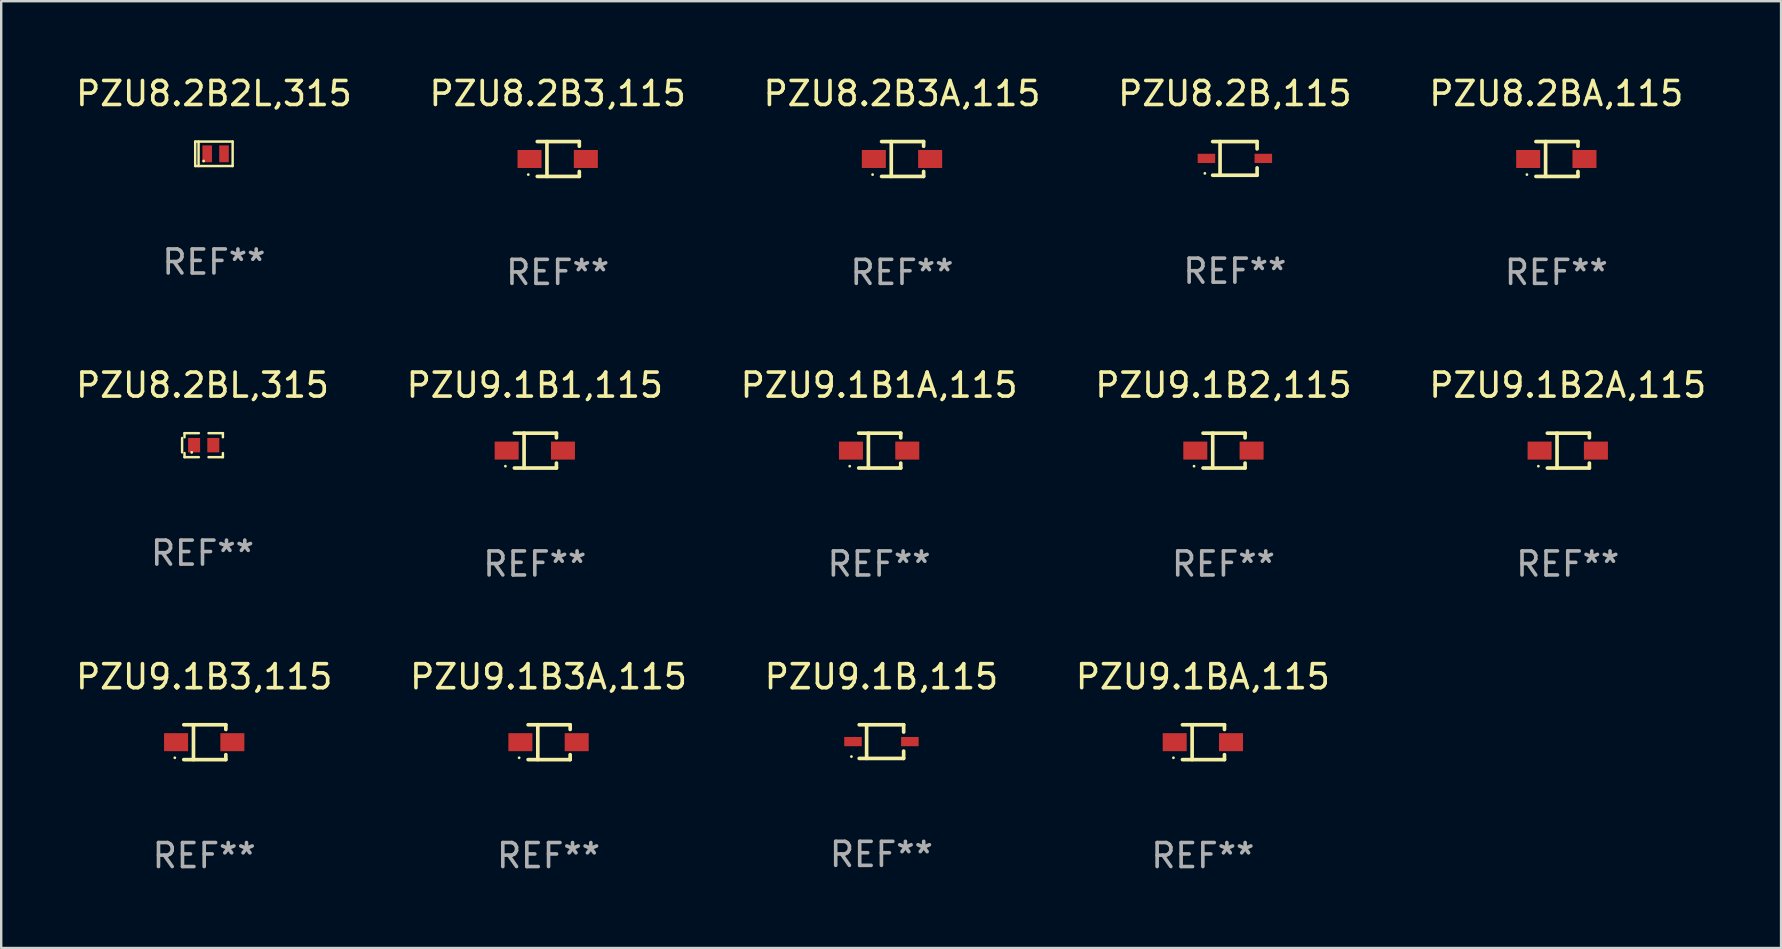
<source format=kicad_pcb>
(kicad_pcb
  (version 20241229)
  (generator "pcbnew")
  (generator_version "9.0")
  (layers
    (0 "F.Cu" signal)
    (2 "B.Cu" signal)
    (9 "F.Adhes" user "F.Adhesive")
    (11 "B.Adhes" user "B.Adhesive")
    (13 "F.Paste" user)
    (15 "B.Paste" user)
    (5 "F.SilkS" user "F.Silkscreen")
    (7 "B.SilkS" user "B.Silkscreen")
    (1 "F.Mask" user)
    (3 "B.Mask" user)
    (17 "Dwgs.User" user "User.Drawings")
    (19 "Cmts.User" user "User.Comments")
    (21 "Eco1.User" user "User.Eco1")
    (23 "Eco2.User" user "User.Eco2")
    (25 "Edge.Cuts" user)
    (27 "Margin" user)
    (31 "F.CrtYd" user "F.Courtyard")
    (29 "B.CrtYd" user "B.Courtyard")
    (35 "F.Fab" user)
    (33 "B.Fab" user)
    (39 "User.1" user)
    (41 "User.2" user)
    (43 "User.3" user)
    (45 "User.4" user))
  (footprint "PZU9.1B2,115"
    (layer "F.Cu")
    (at 47.923 15.723)
    (property "Reference" "PZU9.1B2,115" (at 0 -2.726 0) (layer "F.SilkS") (effects (font (size 1 1) (thickness 0.15))))
    (attr through_hole)
    (fp_line (start -0.851 -0.726) (end 0.901 -0.726) (stroke (width 0.152) (type solid)) (layer "F.SilkS"))
    (fp_line (start -0.851 0.726) (end 0.901 0.726) (stroke (width 0.152) (type solid)) (layer "F.SilkS"))
    (fp_line (start -0.447 -0.726) (end -0.447 0.726) (stroke (width 0.152) (type solid)) (layer "F.SilkS"))
    (fp_line (start 0.901 -0.726) (end 0.901 -0.53) (stroke (width 0.152) (type solid)) (layer "F.SilkS"))
    (fp_line (start 0.901 0.726) (end 0.901 0.52) (stroke (width 0.152) (type solid)) (layer "F.SilkS"))
    (fp_circle (center -1.225 0.65) (end -1.195 0.65) (stroke (width 0.06) (type solid)) (fill no) (layer "F.SilkS"))
    (fp_text user "REF**" (at 0 4.726 0) (layer "F.Fab") (effects (font (size 1 1) (thickness 0.15))))
    (pad "1" smd rect (at -1.173 0) (size 1 0.75) (layers "F.Cu" "F.Mask" "F.Paste"))
    (pad "2" smd rect (at 1.173 0) (size 1 0.75) (layers "F.Cu" "F.Mask" "F.Paste")))
  (footprint "PZU8.2BA,115"
    (layer "F.Cu")
    (at 61.792 3.574)
    (property "Reference" "PZU8.2BA,115" (at 0 -2.726 0) (layer "F.SilkS") (effects (font (size 1 1) (thickness 0.15))))
    (attr through_hole)
    (fp_line (start -0.851 -0.726) (end 0.901 -0.726) (stroke (width 0.152) (type solid)) (layer "F.SilkS"))
    (fp_line (start -0.851 0.726) (end 0.901 0.726) (stroke (width 0.152) (type solid)) (layer "F.SilkS"))
    (fp_line (start -0.447 -0.726) (end -0.447 0.726) (stroke (width 0.152) (type solid)) (layer "F.SilkS"))
    (fp_line (start 0.901 -0.726) (end 0.901 -0.53) (stroke (width 0.152) (type solid)) (layer "F.SilkS"))
    (fp_line (start 0.901 0.726) (end 0.901 0.52) (stroke (width 0.152) (type solid)) (layer "F.SilkS"))
    (fp_circle (center -1.225 0.65) (end -1.195 0.65) (stroke (width 0.06) (type solid)) (fill no) (layer "F.SilkS"))
    (fp_text user "REF**" (at 0 4.726 0) (layer "F.Fab") (effects (font (size 1 1) (thickness 0.15))))
    (pad "1" smd rect (at -1.173 0) (size 1 0.75) (layers "F.Cu" "F.Mask" "F.Paste"))
    (pad "2" smd rect (at 1.173 0) (size 1 0.75) (layers "F.Cu" "F.Mask" "F.Paste")))
  (footprint "PZU8.2B2L,315"
    (layer "F.Cu")
    (at 5.863 3.358)
    (property "Reference" "PZU8.2B2L,315" (at 0 -2.51 0) (layer "F.SilkS") (effects (font (size 1 1) (thickness 0.15))))
    (attr through_hole)
    (fp_line (start -0.78 -0.51) (end -0.78 0.51) (stroke (width 0.102) (type solid)) (layer "F.SilkS"))
    (fp_line (start -0.78 -0.51) (end 0.78 -0.51) (stroke (width 0.102) (type solid)) (layer "F.SilkS"))
    (fp_line (start -0.78 0.51) (end 0.78 0.51) (stroke (width 0.102) (type solid)) (layer "F.SilkS"))
    (fp_line (start -0.64 -0.51) (end -0.64 0.51) (stroke (width 0.102) (type solid)) (layer "F.SilkS"))
    (fp_line (start 0.78 -0.51) (end 0.78 0.51) (stroke (width 0.102) (type solid)) (layer "F.SilkS"))
    (fp_circle (center -0.43 0.3) (end -0.4 0.3) (stroke (width 0.06) (type solid)) (fill no) (layer "F.SilkS"))
    (fp_text user "REF**" (at 0 4.51 0) (layer "F.Fab") (effects (font (size 1 1) (thickness 0.15))))
    (pad "1" smd rect (at -0.28 0) (size 0.4 0.7) (layers "F.Cu" "F.Mask" "F.Paste"))
    (pad "2" smd rect (at 0.42 0) (size 0.4 0.7) (layers "F.Cu" "F.Mask" "F.Paste")))
  (footprint "PZU9.1B1A,115"
    (layer "F.Cu")
    (at 33.577 15.723)
    (property "Reference" "PZU9.1B1A,115" (at 0 -2.726 0) (layer "F.SilkS") (effects (font (size 1 1) (thickness 0.15))))
    (attr through_hole)
    (fp_line (start -0.851 -0.726) (end 0.901 -0.726) (stroke (width 0.152) (type solid)) (layer "F.SilkS"))
    (fp_line (start -0.851 0.726) (end 0.901 0.726) (stroke (width 0.152) (type solid)) (layer "F.SilkS"))
    (fp_line (start -0.447 -0.726) (end -0.447 0.726) (stroke (width 0.152) (type solid)) (layer "F.SilkS"))
    (fp_line (start 0.901 -0.726) (end 0.901 -0.53) (stroke (width 0.152) (type solid)) (layer "F.SilkS"))
    (fp_line (start 0.901 0.726) (end 0.901 0.52) (stroke (width 0.152) (type solid)) (layer "F.SilkS"))
    (fp_circle (center -1.225 0.65) (end -1.195 0.65) (stroke (width 0.06) (type solid)) (fill no) (layer "F.SilkS"))
    (fp_text user "REF**" (at 0 4.726 0) (layer "F.Fab") (effects (font (size 1 1) (thickness 0.15))))
    (pad "1" smd rect (at -1.173 0) (size 1 0.75) (layers "F.Cu" "F.Mask" "F.Paste"))
    (pad "2" smd rect (at 1.173 0) (size 1 0.75) (layers "F.Cu" "F.Mask" "F.Paste")))
  (footprint "PZU8.2B,115"
    (layer "F.Cu")
    (at 48.399 3.549)
    (property "Reference" "PZU8.2B,115" (at 0 -2.701 0) (layer "F.SilkS") (effects (font (size 1 1) (thickness 0.15))))
    (attr through_hole)
    (fp_line (start -0.926 -0.701) (end 0.926 -0.701) (stroke (width 0.152) (type solid)) (layer "F.SilkS"))
    (fp_line (start -0.926 0.701) (end 0.926 0.701) (stroke (width 0.152) (type solid)) (layer "F.SilkS"))
    (fp_line (start -0.617 -0.701) (end -0.617 0.701) (stroke (width 0.152) (type solid)) (layer "F.SilkS"))
    (fp_line (start 0.926 -0.701) (end 0.926 -0.396) (stroke (width 0.152) (type solid)) (layer "F.SilkS"))
    (fp_line (start 0.926 0.701) (end 0.926 0.396) (stroke (width 0.152) (type solid)) (layer "F.SilkS"))
    (fp_circle (center -1.25 0.625) (end -1.22 0.625) (stroke (width 0.06) (type solid)) (fill no) (layer "F.SilkS"))
    (fp_text user "REF**" (at 0 4.701 0) (layer "F.Fab") (effects (font (size 1 1) (thickness 0.15))))
    (pad "1" smd rect (at -1.185 0 180) (size 0.73 0.385) (layers "F.Cu" "F.Mask" "F.Paste"))
    (pad "2" smd rect (at 1.185 0 180) (size 0.73 0.385) (layers "F.Cu" "F.Mask" "F.Paste")))
  (footprint "PZU9.1BA,115"
    (layer "F.Cu")
    (at 47.065 27.872)
    (property "Reference" "PZU9.1BA,115" (at 0 -2.726 0) (layer "F.SilkS") (effects (font (size 1 1) (thickness 0.15))))
    (attr through_hole)
    (fp_line (start -0.851 -0.726) (end 0.901 -0.726) (stroke (width 0.152) (type solid)) (layer "F.SilkS"))
    (fp_line (start -0.851 0.726) (end 0.901 0.726) (stroke (width 0.152) (type solid)) (layer "F.SilkS"))
    (fp_line (start -0.447 -0.726) (end -0.447 0.726) (stroke (width 0.152) (type solid)) (layer "F.SilkS"))
    (fp_line (start 0.901 -0.726) (end 0.901 -0.53) (stroke (width 0.152) (type solid)) (layer "F.SilkS"))
    (fp_line (start 0.901 0.726) (end 0.901 0.52) (stroke (width 0.152) (type solid)) (layer "F.SilkS"))
    (fp_circle (center -1.225 0.65) (end -1.195 0.65) (stroke (width 0.06) (type solid)) (fill no) (layer "F.SilkS"))
    (fp_text user "REF**" (at 0 4.726 0) (layer "F.Fab") (effects (font (size 1 1) (thickness 0.15))))
    (pad "1" smd rect (at -1.173 0) (size 1 0.75) (layers "F.Cu" "F.Mask" "F.Paste"))
    (pad "2" smd rect (at 1.173 0) (size 1 0.75) (layers "F.Cu" "F.Mask" "F.Paste")))
  (footprint "PZU9.1B,115"
    (layer "F.Cu")
    (at 33.673 27.847)
    (property "Reference" "PZU9.1B,115" (at 0 -2.701 0) (layer "F.SilkS") (effects (font (size 1 1) (thickness 0.15))))
    (attr through_hole)
    (fp_line (start -0.926 -0.701) (end 0.926 -0.701) (stroke (width 0.152) (type solid)) (layer "F.SilkS"))
    (fp_line (start -0.926 0.701) (end 0.926 0.701) (stroke (width 0.152) (type solid)) (layer "F.SilkS"))
    (fp_line (start -0.617 -0.701) (end -0.617 0.701) (stroke (width 0.152) (type solid)) (layer "F.SilkS"))
    (fp_line (start 0.926 -0.701) (end 0.926 -0.396) (stroke (width 0.152) (type solid)) (layer "F.SilkS"))
    (fp_line (start 0.926 0.701) (end 0.926 0.396) (stroke (width 0.152) (type solid)) (layer "F.SilkS"))
    (fp_circle (center -1.25 0.625) (end -1.22 0.625) (stroke (width 0.06) (type solid)) (fill no) (layer "F.SilkS"))
    (fp_text user "REF**" (at 0 4.701 0) (layer "F.Fab") (effects (font (size 1 1) (thickness 0.15))))
    (pad "1" smd rect (at -1.185 0 180) (size 0.73 0.385) (layers "F.Cu" "F.Mask" "F.Paste"))
    (pad "2" smd rect (at 1.185 0 180) (size 0.73 0.385) (layers "F.Cu" "F.Mask" "F.Paste")))
  (footprint "PZU9.1B2A,115"
    (layer "F.Cu")
    (at 62.268 15.723)
    (property "Reference" "PZU9.1B2A,115" (at 0 -2.726 0) (layer "F.SilkS") (effects (font (size 1 1) (thickness 0.15))))
    (attr through_hole)
    (fp_line (start -0.851 -0.726) (end 0.901 -0.726) (stroke (width 0.152) (type solid)) (layer "F.SilkS"))
    (fp_line (start -0.851 0.726) (end 0.901 0.726) (stroke (width 0.152) (type solid)) (layer "F.SilkS"))
    (fp_line (start -0.447 -0.726) (end -0.447 0.726) (stroke (width 0.152) (type solid)) (layer "F.SilkS"))
    (fp_line (start 0.901 -0.726) (end 0.901 -0.53) (stroke (width 0.152) (type solid)) (layer "F.SilkS"))
    (fp_line (start 0.901 0.726) (end 0.901 0.52) (stroke (width 0.152) (type solid)) (layer "F.SilkS"))
    (fp_circle (center -1.225 0.65) (end -1.195 0.65) (stroke (width 0.06) (type solid)) (fill no) (layer "F.SilkS"))
    (fp_text user "REF**" (at 0 4.726 0) (layer "F.Fab") (effects (font (size 1 1) (thickness 0.15))))
    (pad "1" smd rect (at -1.173 0) (size 1 0.75) (layers "F.Cu" "F.Mask" "F.Paste"))
    (pad "2" smd rect (at 1.173 0) (size 1 0.75) (layers "F.Cu" "F.Mask" "F.Paste")))
  (footprint "PZU8.2B3,115"
    (layer "F.Cu")
    (at 20.185 3.574)
    (property "Reference" "PZU8.2B3,115" (at 0 -2.726 0) (layer "F.SilkS") (effects (font (size 1 1) (thickness 0.15))))
    (attr through_hole)
    (fp_line (start -0.851 -0.726) (end 0.901 -0.726) (stroke (width 0.152) (type solid)) (layer "F.SilkS"))
    (fp_line (start -0.851 0.726) (end 0.901 0.726) (stroke (width 0.152) (type solid)) (layer "F.SilkS"))
    (fp_line (start -0.447 -0.726) (end -0.447 0.726) (stroke (width 0.152) (type solid)) (layer "F.SilkS"))
    (fp_line (start 0.901 -0.726) (end 0.901 -0.53) (stroke (width 0.152) (type solid)) (layer "F.SilkS"))
    (fp_line (start 0.901 0.726) (end 0.901 0.52) (stroke (width 0.152) (type solid)) (layer "F.SilkS"))
    (fp_circle (center -1.225 0.65) (end -1.195 0.65) (stroke (width 0.06) (type solid)) (fill no) (layer "F.SilkS"))
    (fp_text user "REF**" (at 0 4.726 0) (layer "F.Fab") (effects (font (size 1 1) (thickness 0.15))))
    (pad "1" smd rect (at -1.173 0) (size 1 0.75) (layers "F.Cu" "F.Mask" "F.Paste"))
    (pad "2" smd rect (at 1.173 0) (size 1 0.75) (layers "F.Cu" "F.Mask" "F.Paste")))
  (footprint "PZU8.2B3A,115"
    (layer "F.Cu")
    (at 34.53 3.574)
    (property "Reference" "PZU8.2B3A,115" (at 0 -2.726 0) (layer "F.SilkS") (effects (font (size 1 1) (thickness 0.15))))
    (attr through_hole)
    (fp_line (start -0.851 -0.726) (end 0.901 -0.726) (stroke (width 0.152) (type solid)) (layer "F.SilkS"))
    (fp_line (start -0.851 0.726) (end 0.901 0.726) (stroke (width 0.152) (type solid)) (layer "F.SilkS"))
    (fp_line (start -0.447 -0.726) (end -0.447 0.726) (stroke (width 0.152) (type solid)) (layer "F.SilkS"))
    (fp_line (start 0.901 -0.726) (end 0.901 -0.53) (stroke (width 0.152) (type solid)) (layer "F.SilkS"))
    (fp_line (start 0.901 0.726) (end 0.901 0.52) (stroke (width 0.152) (type solid)) (layer "F.SilkS"))
    (fp_circle (center -1.225 0.65) (end -1.195 0.65) (stroke (width 0.06) (type solid)) (fill no) (layer "F.SilkS"))
    (fp_text user "REF**" (at 0 4.726 0) (layer "F.Fab") (effects (font (size 1 1) (thickness 0.15))))
    (pad "1" smd rect (at -1.173 0) (size 1 0.75) (layers "F.Cu" "F.Mask" "F.Paste"))
    (pad "2" smd rect (at 1.173 0) (size 1 0.75) (layers "F.Cu" "F.Mask" "F.Paste")))
  (footprint "PZU9.1B1,115"
    (layer "F.Cu")
    (at 19.232 15.723)
    (property "Reference" "PZU9.1B1,115" (at 0 -2.726 0) (layer "F.SilkS") (effects (font (size 1 1) (thickness 0.15))))
    (attr through_hole)
    (fp_line (start -0.851 -0.726) (end 0.901 -0.726) (stroke (width 0.152) (type solid)) (layer "F.SilkS"))
    (fp_line (start -0.851 0.726) (end 0.901 0.726) (stroke (width 0.152) (type solid)) (layer "F.SilkS"))
    (fp_line (start -0.447 -0.726) (end -0.447 0.726) (stroke (width 0.152) (type solid)) (layer "F.SilkS"))
    (fp_line (start 0.901 -0.726) (end 0.901 -0.53) (stroke (width 0.152) (type solid)) (layer "F.SilkS"))
    (fp_line (start 0.901 0.726) (end 0.901 0.52) (stroke (width 0.152) (type solid)) (layer "F.SilkS"))
    (fp_circle (center -1.225 0.65) (end -1.195 0.65) (stroke (width 0.06) (type solid)) (fill no) (layer "F.SilkS"))
    (fp_text user "REF**" (at 0 4.726 0) (layer "F.Fab") (effects (font (size 1 1) (thickness 0.15))))
    (pad "1" smd rect (at -1.173 0) (size 1 0.75) (layers "F.Cu" "F.Mask" "F.Paste"))
    (pad "2" smd rect (at 1.173 0) (size 1 0.75) (layers "F.Cu" "F.Mask" "F.Paste")))
  (footprint "PZU9.1B3,115"
    (layer "F.Cu")
    (at 5.458 27.872)
    (property "Reference" "PZU9.1B3,115" (at 0 -2.726 0) (layer "F.SilkS") (effects (font (size 1 1) (thickness 0.15))))
    (attr through_hole)
    (fp_line (start -0.851 -0.726) (end 0.901 -0.726) (stroke (width 0.152) (type solid)) (layer "F.SilkS"))
    (fp_line (start -0.851 0.726) (end 0.901 0.726) (stroke (width 0.152) (type solid)) (layer "F.SilkS"))
    (fp_line (start -0.447 -0.726) (end -0.447 0.726) (stroke (width 0.152) (type solid)) (layer "F.SilkS"))
    (fp_line (start 0.901 -0.726) (end 0.901 -0.53) (stroke (width 0.152) (type solid)) (layer "F.SilkS"))
    (fp_line (start 0.901 0.726) (end 0.901 0.52) (stroke (width 0.152) (type solid)) (layer "F.SilkS"))
    (fp_circle (center -1.225 0.65) (end -1.195 0.65) (stroke (width 0.06) (type solid)) (fill no) (layer "F.SilkS"))
    (fp_text user "REF**" (at 0 4.726 0) (layer "F.Fab") (effects (font (size 1 1) (thickness 0.15))))
    (pad "1" smd rect (at -1.173 0) (size 1 0.75) (layers "F.Cu" "F.Mask" "F.Paste"))
    (pad "2" smd rect (at 1.173 0) (size 1 0.75) (layers "F.Cu" "F.Mask" "F.Paste")))
  (footprint "PZU9.1B3A,115"
    (layer "F.Cu")
    (at 19.804 27.872)
    (property "Reference" "PZU9.1B3A,115" (at 0 -2.726 0) (layer "F.SilkS") (effects (font (size 1 1) (thickness 0.15))))
    (attr through_hole)
    (fp_line (start -0.851 -0.726) (end 0.901 -0.726) (stroke (width 0.152) (type solid)) (layer "F.SilkS"))
    (fp_line (start -0.851 0.726) (end 0.901 0.726) (stroke (width 0.152) (type solid)) (layer "F.SilkS"))
    (fp_line (start -0.447 -0.726) (end -0.447 0.726) (stroke (width 0.152) (type solid)) (layer "F.SilkS"))
    (fp_line (start 0.901 -0.726) (end 0.901 -0.53) (stroke (width 0.152) (type solid)) (layer "F.SilkS"))
    (fp_line (start 0.901 0.726) (end 0.901 0.52) (stroke (width 0.152) (type solid)) (layer "F.SilkS"))
    (fp_circle (center -1.225 0.65) (end -1.195 0.65) (stroke (width 0.06) (type solid)) (fill no) (layer "F.SilkS"))
    (fp_text user "REF**" (at 0 4.726 0) (layer "F.Fab") (effects (font (size 1 1) (thickness 0.15))))
    (pad "1" smd rect (at -1.173 0) (size 1 0.75) (layers "F.Cu" "F.Mask" "F.Paste"))
    (pad "2" smd rect (at 1.173 0) (size 1 0.75) (layers "F.Cu" "F.Mask" "F.Paste")))
  (footprint "PZU8.2BL,315"
    (layer "F.Cu")
    (at 5.387 15.497)
    (property "Reference" "PZU8.2BL,315" (at 0 -2.5 0) (layer "F.SilkS") (effects (font (size 1 1) (thickness 0.15))))
    (attr through_hole)
    (fp_line (start -0.85 -0.3) (end -0.85 0.3) (stroke (width 0.102) (type solid)) (layer "F.SilkS"))
    (fp_line (start -0.75 -0.5) (end -0.75 -0.329) (stroke (width 0.102) (type solid)) (layer "F.SilkS"))
    (fp_line (start -0.75 0.329) (end -0.75 0.5) (stroke (width 0.102) (type solid)) (layer "F.SilkS"))
    (fp_line (start -0.75 0.5) (end -0.15 0.5) (stroke (width 0.102) (type solid)) (layer "F.SilkS"))
    (fp_line (start -0.15 -0.5) (end -0.75 -0.5) (stroke (width 0.102) (type solid)) (layer "F.SilkS"))
    (fp_line (start 0.25 -0.5) (end 0.85 -0.5) (stroke (width 0.102) (type solid)) (layer "F.SilkS"))
    (fp_line (start 0.85 -0.5) (end 0.85 -0.33) (stroke (width 0.102) (type solid)) (layer "F.SilkS"))
    (fp_line (start 0.85 0.33) (end 0.85 0.5) (stroke (width 0.102) (type solid)) (layer "F.SilkS"))
    (fp_line (start 0.85 0.5) (end 0.25 0.5) (stroke (width 0.102) (type solid)) (layer "F.SilkS"))
    (fp_circle (center -0.45 0.3) (end -0.42 0.3) (stroke (width 0.06) (type solid)) (fill no) (layer "F.SilkS"))
    (fp_text user "REF**" (at 0 4.5 0) (layer "F.Fab") (effects (font (size 1 1) (thickness 0.15))))
    (pad "1" smd rect (at -0.35 0) (size 0.5 0.6) (layers "F.Cu" "F.Mask" "F.Paste"))
    (pad "2" smd rect (at 0.45 0) (size 0.5 0.6) (layers "F.Cu" "F.Mask" "F.Paste")))
  (gr_rect
    (start -3 -3)
    (end 71.155 36.447)
    (stroke (width 0.1) (type default))
    (fill no)
    (layer "Edge.Cuts")))
</source>
